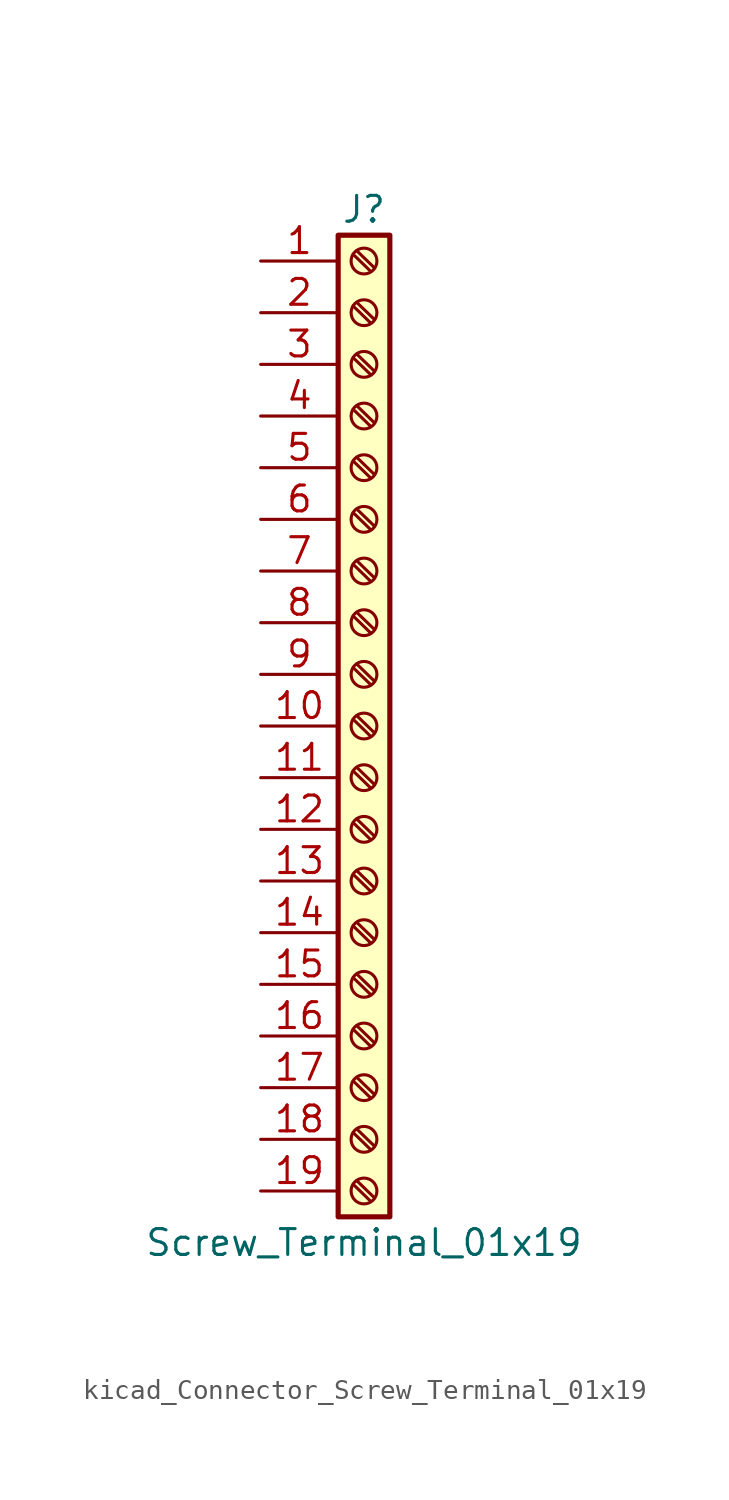
<source format=kicad_sym>
(kicad_symbol_lib
  (version 20220914)
  (generator kicad_symbol_editor)
  (symbol "kicad_Connector_Screw_Terminal_01x19"
    (pin_names
      (offset 1.016) hide)
    (property "Reference" "J"
      (at 0 25.4 0)
      (effects (font (size 1.27 1.27))))
    (property "Value" "Screw_Terminal_01x19"
      (at 0 -25.4 0)
      (effects (font (size 1.27 1.27))))
    (symbol "kicad_Connector_Screw_Terminal_01x19_1_1"
      (rectangle (start -1.27 24.13) (end 1.27 -24.13) (stroke (width 0.254) (type default)) (fill (type background)))
      (circle (center 0 -22.86) (radius 0.635) (stroke (width 0.152) (type default)) (fill (type none)))
      (circle (center 0 -20.32) (radius 0.635) (stroke (width 0.152) (type default)) (fill (type none)))
      (circle (center 0 -17.78) (radius 0.635) (stroke (width 0.152) (type default)) (fill (type none)))
      (circle (center 0 -15.24) (radius 0.635) (stroke (width 0.152) (type default)) (fill (type none)))
      (circle (center 0 -12.7) (radius 0.635) (stroke (width 0.152) (type default)) (fill (type none)))
      (circle (center 0 -10.16) (radius 0.635) (stroke (width 0.152) (type default)) (fill (type none)))
      (circle (center 0 -7.62) (radius 0.635) (stroke (width 0.152) (type default)) (fill (type none)))
      (circle (center 0 -5.08) (radius 0.635) (stroke (width 0.152) (type default)) (fill (type none)))
      (circle (center 0 -2.54) (radius 0.635) (stroke (width 0.152) (type default)) (fill (type none)))
      (polyline (pts (xy -0.533 -22.53) (xy 0.33 -23.368)) (stroke (width 0.152) (type default)) (fill (type none)))
      (polyline (pts (xy -0.533 -19.99) (xy 0.33 -20.828)) (stroke (width 0.152) (type default)) (fill (type none)))
      (polyline (pts (xy -0.533 -17.45) (xy 0.33 -18.288)) (stroke (width 0.152) (type default)) (fill (type none)))
      (polyline (pts (xy -0.533 -14.91) (xy 0.33 -15.748)) (stroke (width 0.152) (type default)) (fill (type none)))
      (polyline (pts (xy -0.533 -12.37) (xy 0.33 -13.208)) (stroke (width 0.152) (type default)) (fill (type none)))
      (polyline (pts (xy -0.533 -9.83) (xy 0.33 -10.668)) (stroke (width 0.152) (type default)) (fill (type none)))
      (polyline (pts (xy -0.533 -7.29) (xy 0.33 -8.128)) (stroke (width 0.152) (type default)) (fill (type none)))
      (polyline (pts (xy -0.533 -4.75) (xy 0.33 -5.588)) (stroke (width 0.152) (type default)) (fill (type none)))
      (polyline (pts (xy -0.533 -2.21) (xy 0.33 -3.048)) (stroke (width 0.152) (type default)) (fill (type none)))
      (polyline (pts (xy -0.533 0.33) (xy 0.33 -0.508)) (stroke (width 0.152) (type default)) (fill (type none)))
      (polyline (pts (xy -0.533 2.87) (xy 0.33 2.032)) (stroke (width 0.152) (type default)) (fill (type none)))
      (polyline (pts (xy -0.533 5.41) (xy 0.33 4.572)) (stroke (width 0.152) (type default)) (fill (type none)))
      (polyline (pts (xy -0.533 7.95) (xy 0.33 7.112)) (stroke (width 0.152) (type default)) (fill (type none)))
      (polyline (pts (xy -0.533 10.49) (xy 0.33 9.652)) (stroke (width 0.152) (type default)) (fill (type none)))
      (polyline (pts (xy -0.533 13.03) (xy 0.33 12.192)) (stroke (width 0.152) (type default)) (fill (type none)))
      (polyline (pts (xy -0.533 15.57) (xy 0.33 14.732)) (stroke (width 0.152) (type default)) (fill (type none)))
      (polyline (pts (xy -0.533 18.11) (xy 0.33 17.272)) (stroke (width 0.152) (type default)) (fill (type none)))
      (polyline (pts (xy -0.533 20.65) (xy 0.33 19.812)) (stroke (width 0.152) (type default)) (fill (type none)))
      (polyline (pts (xy -0.533 23.19) (xy 0.33 22.352)) (stroke (width 0.152) (type default)) (fill (type none)))
      (polyline (pts (xy -0.356 -22.352) (xy 0.508 -23.19)) (stroke (width 0.152) (type default)) (fill (type none)))
      (polyline (pts (xy -0.356 -19.812) (xy 0.508 -20.65)) (stroke (width 0.152) (type default)) (fill (type none)))
      (polyline (pts (xy -0.356 -17.272) (xy 0.508 -18.11)) (stroke (width 0.152) (type default)) (fill (type none)))
      (polyline (pts (xy -0.356 -14.732) (xy 0.508 -15.57)) (stroke (width 0.152) (type default)) (fill (type none)))
      (polyline (pts (xy -0.356 -12.192) (xy 0.508 -13.03)) (stroke (width 0.152) (type default)) (fill (type none)))
      (polyline (pts (xy -0.356 -9.652) (xy 0.508 -10.49)) (stroke (width 0.152) (type default)) (fill (type none)))
      (polyline (pts (xy -0.356 -7.112) (xy 0.508 -7.95)) (stroke (width 0.152) (type default)) (fill (type none)))
      (polyline (pts (xy -0.356 -4.572) (xy 0.508 -5.41)) (stroke (width 0.152) (type default)) (fill (type none)))
      (polyline (pts (xy -0.356 -2.032) (xy 0.508 -2.87)) (stroke (width 0.152) (type default)) (fill (type none)))
      (polyline (pts (xy -0.356 0.508) (xy 0.508 -0.33)) (stroke (width 0.152) (type default)) (fill (type none)))
      (polyline (pts (xy -0.356 3.048) (xy 0.508 2.21)) (stroke (width 0.152) (type default)) (fill (type none)))
      (polyline (pts (xy -0.356 5.588) (xy 0.508 4.75)) (stroke (width 0.152) (type default)) (fill (type none)))
      (polyline (pts (xy -0.356 8.128) (xy 0.508 7.29)) (stroke (width 0.152) (type default)) (fill (type none)))
      (polyline (pts (xy -0.356 10.668) (xy 0.508 9.83)) (stroke (width 0.152) (type default)) (fill (type none)))
      (polyline (pts (xy -0.356 13.208) (xy 0.508 12.37)) (stroke (width 0.152) (type default)) (fill (type none)))
      (polyline (pts (xy -0.356 15.748) (xy 0.508 14.91)) (stroke (width 0.152) (type default)) (fill (type none)))
      (polyline (pts (xy -0.356 18.288) (xy 0.508 17.45)) (stroke (width 0.152) (type default)) (fill (type none)))
      (polyline (pts (xy -0.356 20.828) (xy 0.508 19.99)) (stroke (width 0.152) (type default)) (fill (type none)))
      (polyline (pts (xy -0.356 23.368) (xy 0.508 22.53)) (stroke (width 0.152) (type default)) (fill (type none)))
      (circle (center 0 0) (radius 0.635) (stroke (width 0.152) (type default)) (fill (type none)))
      (circle (center 0 2.54) (radius 0.635) (stroke (width 0.152) (type default)) (fill (type none)))
      (circle (center 0 5.08) (radius 0.635) (stroke (width 0.152) (type default)) (fill (type none)))
      (circle (center 0 7.62) (radius 0.635) (stroke (width 0.152) (type default)) (fill (type none)))
      (circle (center 0 10.16) (radius 0.635) (stroke (width 0.152) (type default)) (fill (type none)))
      (circle (center 0 12.7) (radius 0.635) (stroke (width 0.152) (type default)) (fill (type none)))
      (circle (center 0 15.24) (radius 0.635) (stroke (width 0.152) (type default)) (fill (type none)))
      (circle (center 0 17.78) (radius 0.635) (stroke (width 0.152) (type default)) (fill (type none)))
      (circle (center 0 20.32) (radius 0.635) (stroke (width 0.152) (type default)) (fill (type none)))
      (circle (center 0 22.86) (radius 0.635) (stroke (width 0.152) (type default)) (fill (type none)))
      (pin passive line (at -5.08 22.86 0) (length 3.81) (name "Pin_1" (effects (font (size 1.27 1.27)))) (number "1" (effects (font (size 1.27 1.27)))))
      (pin passive line (at -5.08 0 0) (length 3.81) (name "Pin_10" (effects (font (size 1.27 1.27)))) (number "10" (effects (font (size 1.27 1.27)))))
      (pin passive line (at -5.08 -2.54 0) (length 3.81) (name "Pin_11" (effects (font (size 1.27 1.27)))) (number "11" (effects (font (size 1.27 1.27)))))
      (pin passive line (at -5.08 -5.08 0) (length 3.81) (name "Pin_12" (effects (font (size 1.27 1.27)))) (number "12" (effects (font (size 1.27 1.27)))))
      (pin passive line (at -5.08 -7.62 0) (length 3.81) (name "Pin_13" (effects (font (size 1.27 1.27)))) (number "13" (effects (font (size 1.27 1.27)))))
      (pin passive line (at -5.08 -10.16 0) (length 3.81) (name "Pin_14" (effects (font (size 1.27 1.27)))) (number "14" (effects (font (size 1.27 1.27)))))
      (pin passive line (at -5.08 -12.7 0) (length 3.81) (name "Pin_15" (effects (font (size 1.27 1.27)))) (number "15" (effects (font (size 1.27 1.27)))))
      (pin passive line (at -5.08 -15.24 0) (length 3.81) (name "Pin_16" (effects (font (size 1.27 1.27)))) (number "16" (effects (font (size 1.27 1.27)))))
      (pin passive line (at -5.08 -17.78 0) (length 3.81) (name "Pin_17" (effects (font (size 1.27 1.27)))) (number "17" (effects (font (size 1.27 1.27)))))
      (pin passive line (at -5.08 -20.32 0) (length 3.81) (name "Pin_18" (effects (font (size 1.27 1.27)))) (number "18" (effects (font (size 1.27 1.27)))))
      (pin passive line (at -5.08 -22.86 0) (length 3.81) (name "Pin_19" (effects (font (size 1.27 1.27)))) (number "19" (effects (font (size 1.27 1.27)))))
      (pin passive line (at -5.08 20.32 0) (length 3.81) (name "Pin_2" (effects (font (size 1.27 1.27)))) (number "2" (effects (font (size 1.27 1.27)))))
      (pin passive line (at -5.08 17.78 0) (length 3.81) (name "Pin_3" (effects (font (size 1.27 1.27)))) (number "3" (effects (font (size 1.27 1.27)))))
      (pin passive line (at -5.08 15.24 0) (length 3.81) (name "Pin_4" (effects (font (size 1.27 1.27)))) (number "4" (effects (font (size 1.27 1.27)))))
      (pin passive line (at -5.08 12.7 0) (length 3.81) (name "Pin_5" (effects (font (size 1.27 1.27)))) (number "5" (effects (font (size 1.27 1.27)))))
      (pin passive line (at -5.08 10.16 0) (length 3.81) (name "Pin_6" (effects (font (size 1.27 1.27)))) (number "6" (effects (font (size 1.27 1.27)))))
      (pin passive line (at -5.08 7.62 0) (length 3.81) (name "Pin_7" (effects (font (size 1.27 1.27)))) (number "7" (effects (font (size 1.27 1.27)))))
      (pin passive line (at -5.08 5.08 0) (length 3.81) (name "Pin_8" (effects (font (size 1.27 1.27)))) (number "8" (effects (font (size 1.27 1.27)))))
      (pin passive line (at -5.08 2.54 0) (length 3.81) (name "Pin_9" (effects (font (size 1.27 1.27)))) (number "9" (effects (font (size 1.27 1.27))))))))
</source>
